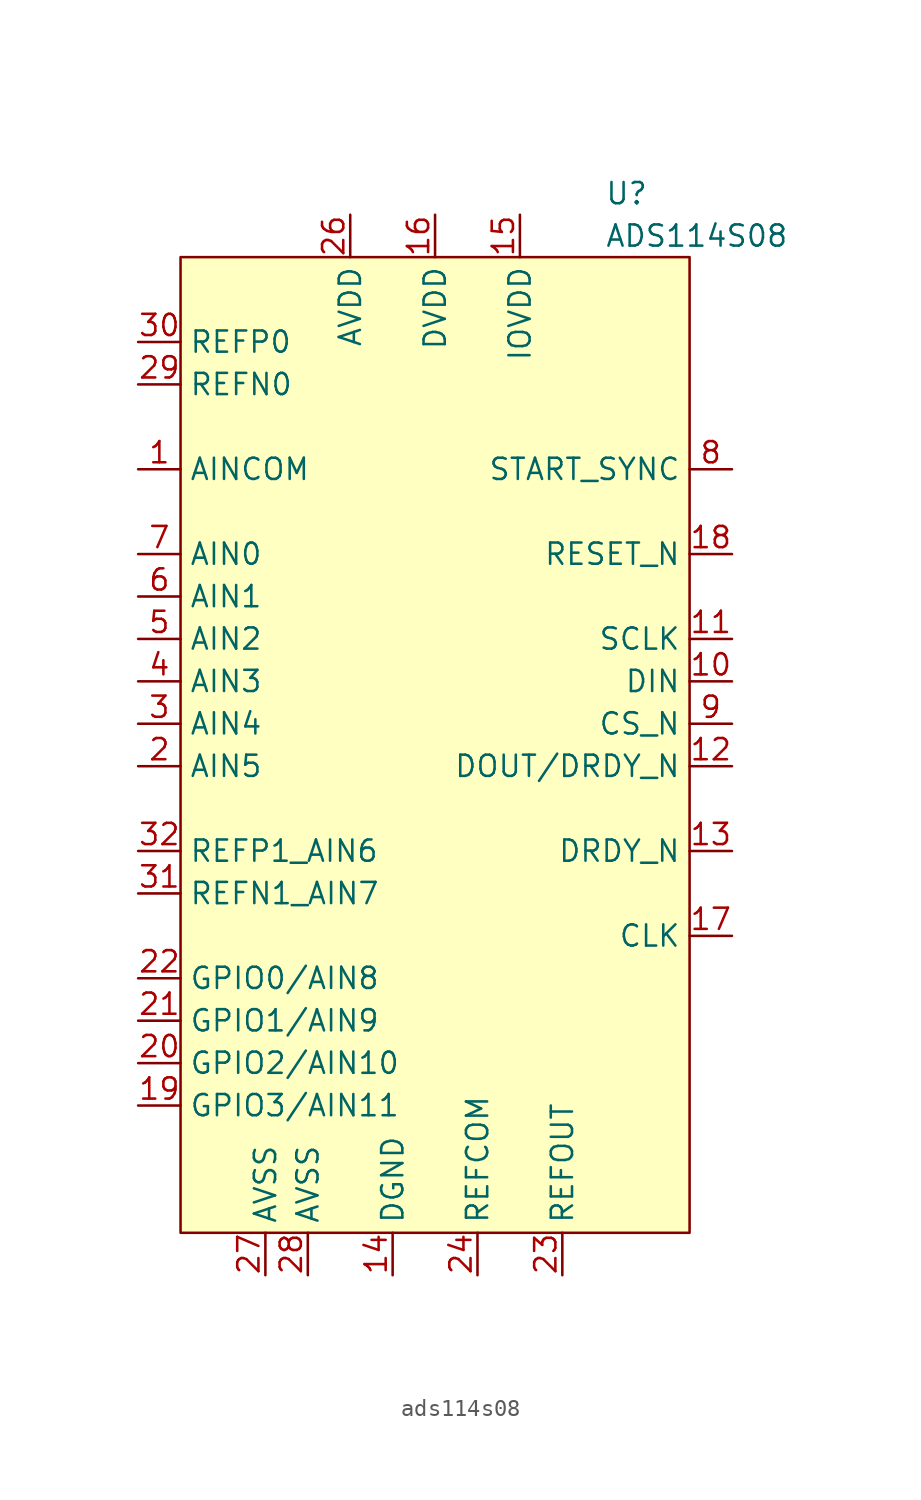
<source format=kicad_sym>
(kicad_symbol_lib
  (version 20231120)
  (generator "kicad_symbol_editor")
  (generator_version "8.0")
  (symbol "ads114s08"
    (property "Reference" "U"
      (at 10.16 33.02 0)
      (effects (font (size 1.27 1.27)) (justify left)))
    (property "Value" "ADS114S08"
      (at 10.16 30.48 0)
      (effects (font (size 1.27 1.27)) (justify left)))
    (symbol "ads114s08_0_1"
      (pin input line (at -17.78 16.51 0) (length 2.54) (name "AINCOM" (effects (font (size 1.27 1.27)))) (number "1" (effects (font (size 1.27 1.27)))))
      (pin input line (at 17.78 3.81 180) (length 2.54) (name "DIN" (effects (font (size 1.27 1.27)))) (number "10" (effects (font (size 1.27 1.27)))))
      (pin input line (at 17.78 6.35 180) (length 2.54) (name "SCLK" (effects (font (size 1.27 1.27)))) (number "11" (effects (font (size 1.27 1.27)))))
      (pin output line (at 17.78 -6.35 180) (length 2.54) (name "DRDY_N" (effects (font (size 1.27 1.27)))) (number "13" (effects (font (size 1.27 1.27)))))
      (pin power_in line (at -2.54 -31.75 90) (length 2.54) (name "DGND" (effects (font (size 1.27 1.27)))) (number "14" (effects (font (size 1.27 1.27)))))
      (pin power_in line (at 5.08 31.75 270) (length 2.54) (name "IOVDD" (effects (font (size 1.27 1.27)))) (number "15" (effects (font (size 1.27 1.27)))))
      (pin power_in line (at 0 31.75 270) (length 2.54) (name "DVDD" (effects (font (size 1.27 1.27)))) (number "16" (effects (font (size 1.27 1.27)))))
      (pin input line (at 17.78 -11.43 180) (length 2.54) (name "CLK" (effects (font (size 1.27 1.27)))) (number "17" (effects (font (size 1.27 1.27)))))
      (pin input line (at 17.78 11.43 180) (length 2.54) (name "RESET_N" (effects (font (size 1.27 1.27)))) (number "18" (effects (font (size 1.27 1.27)))))
      (pin input line (at -17.78 -1.27 0) (length 2.54) (name "AIN5" (effects (font (size 1.27 1.27)))) (number "2" (effects (font (size 1.27 1.27)))))
      (pin power_in line (at 2.54 -31.75 90) (length 2.54) (name "REFCOM" (effects (font (size 1.27 1.27)))) (number "24" (effects (font (size 1.27 1.27)))))
      (pin power_in line (at -5.08 31.75 270) (length 2.54) (name "AVDD" (effects (font (size 1.27 1.27)))) (number "26" (effects (font (size 1.27 1.27)))))
      (pin power_in line (at -10.16 -31.75 90) (length 2.54) (name "AVSS" (effects (font (size 1.27 1.27)))) (number "27" (effects (font (size 1.27 1.27)))))
      (pin power_in line (at -7.62 -31.75 90) (length 2.54) (name "AVSS" (effects (font (size 1.27 1.27)))) (number "28" (effects (font (size 1.27 1.27)))))
      (pin input line (at -17.78 21.59 0) (length 2.54) (name "REFN0" (effects (font (size 1.27 1.27)))) (number "29" (effects (font (size 1.27 1.27)))))
      (pin input line (at -17.78 1.27 0) (length 2.54) (name "AIN4" (effects (font (size 1.27 1.27)))) (number "3" (effects (font (size 1.27 1.27)))))
      (pin input line (at -17.78 24.13 0) (length 2.54) (name "REFP0" (effects (font (size 1.27 1.27)))) (number "30" (effects (font (size 1.27 1.27)))))
      (pin input line (at -17.78 -8.89 0) (length 2.54) (name "REFN1_AIN7" (effects (font (size 1.27 1.27)))) (number "31" (effects (font (size 1.27 1.27)))))
      (pin input line (at -17.78 -6.35 0) (length 2.54) (name "REFP1_AIN6" (effects (font (size 1.27 1.27)))) (number "32" (effects (font (size 1.27 1.27)))))
      (pin input line (at -17.78 3.81 0) (length 2.54) (name "AIN3" (effects (font (size 1.27 1.27)))) (number "4" (effects (font (size 1.27 1.27)))))
      (pin input line (at -17.78 6.35 0) (length 2.54) (name "AIN2" (effects (font (size 1.27 1.27)))) (number "5" (effects (font (size 1.27 1.27)))))
      (pin input line (at -17.78 8.89 0) (length 2.54) (name "AIN1" (effects (font (size 1.27 1.27)))) (number "6" (effects (font (size 1.27 1.27)))))
      (pin input line (at -17.78 11.43 0) (length 2.54) (name "AIN0" (effects (font (size 1.27 1.27)))) (number "7" (effects (font (size 1.27 1.27)))))
      (pin input line (at 17.78 16.51 180) (length 2.54) (name "START_SYNC" (effects (font (size 1.27 1.27)))) (number "8" (effects (font (size 1.27 1.27)))))
      (pin input line (at 17.78 1.27 180) (length 2.54) (name "CS_N" (effects (font (size 1.27 1.27)))) (number "9" (effects (font (size 1.27 1.27))))))
    (symbol "ads114s08_1_1"
      (rectangle (start -15.24 29.21) (end 15.24 -29.21) (stroke (width 0) (type default)) (fill (type background)))
      (pin output line (at 17.78 -1.27 180) (length 2.54) (name "DOUT/DRDY_N" (effects (font (size 1.27 1.27)))) (number "12" (effects (font (size 1.27 1.27)))))
      (pin bidirectional line (at -17.78 -21.59 0) (length 2.54) (name "GPIO3/AIN11" (effects (font (size 1.27 1.27)))) (number "19" (effects (font (size 1.27 1.27)))))
      (pin bidirectional line (at -17.78 -19.05 0) (length 2.54) (name "GPIO2/AIN10" (effects (font (size 1.27 1.27)))) (number "20" (effects (font (size 1.27 1.27)))))
      (pin bidirectional line (at -17.78 -16.51 0) (length 2.54) (name "GPIO1/AIN9" (effects (font (size 1.27 1.27)))) (number "21" (effects (font (size 1.27 1.27)))))
      (pin bidirectional line (at -17.78 -13.97 0) (length 2.54) (name "GPIO0/AIN8" (effects (font (size 1.27 1.27)))) (number "22" (effects (font (size 1.27 1.27)))))
      (pin passive line (at 7.62 -31.75 90) (length 2.54) (name "REFOUT" (effects (font (size 1.27 1.27)))) (number "23" (effects (font (size 1.27 1.27)))))
      (pin no_connect line (at 10.16 -31.75 90) (length 2.54) hide (name "NC" (effects (font (size 1.27 1.27)))) (number "25" (effects (font (size 1.27 1.27))))))))
</source>
